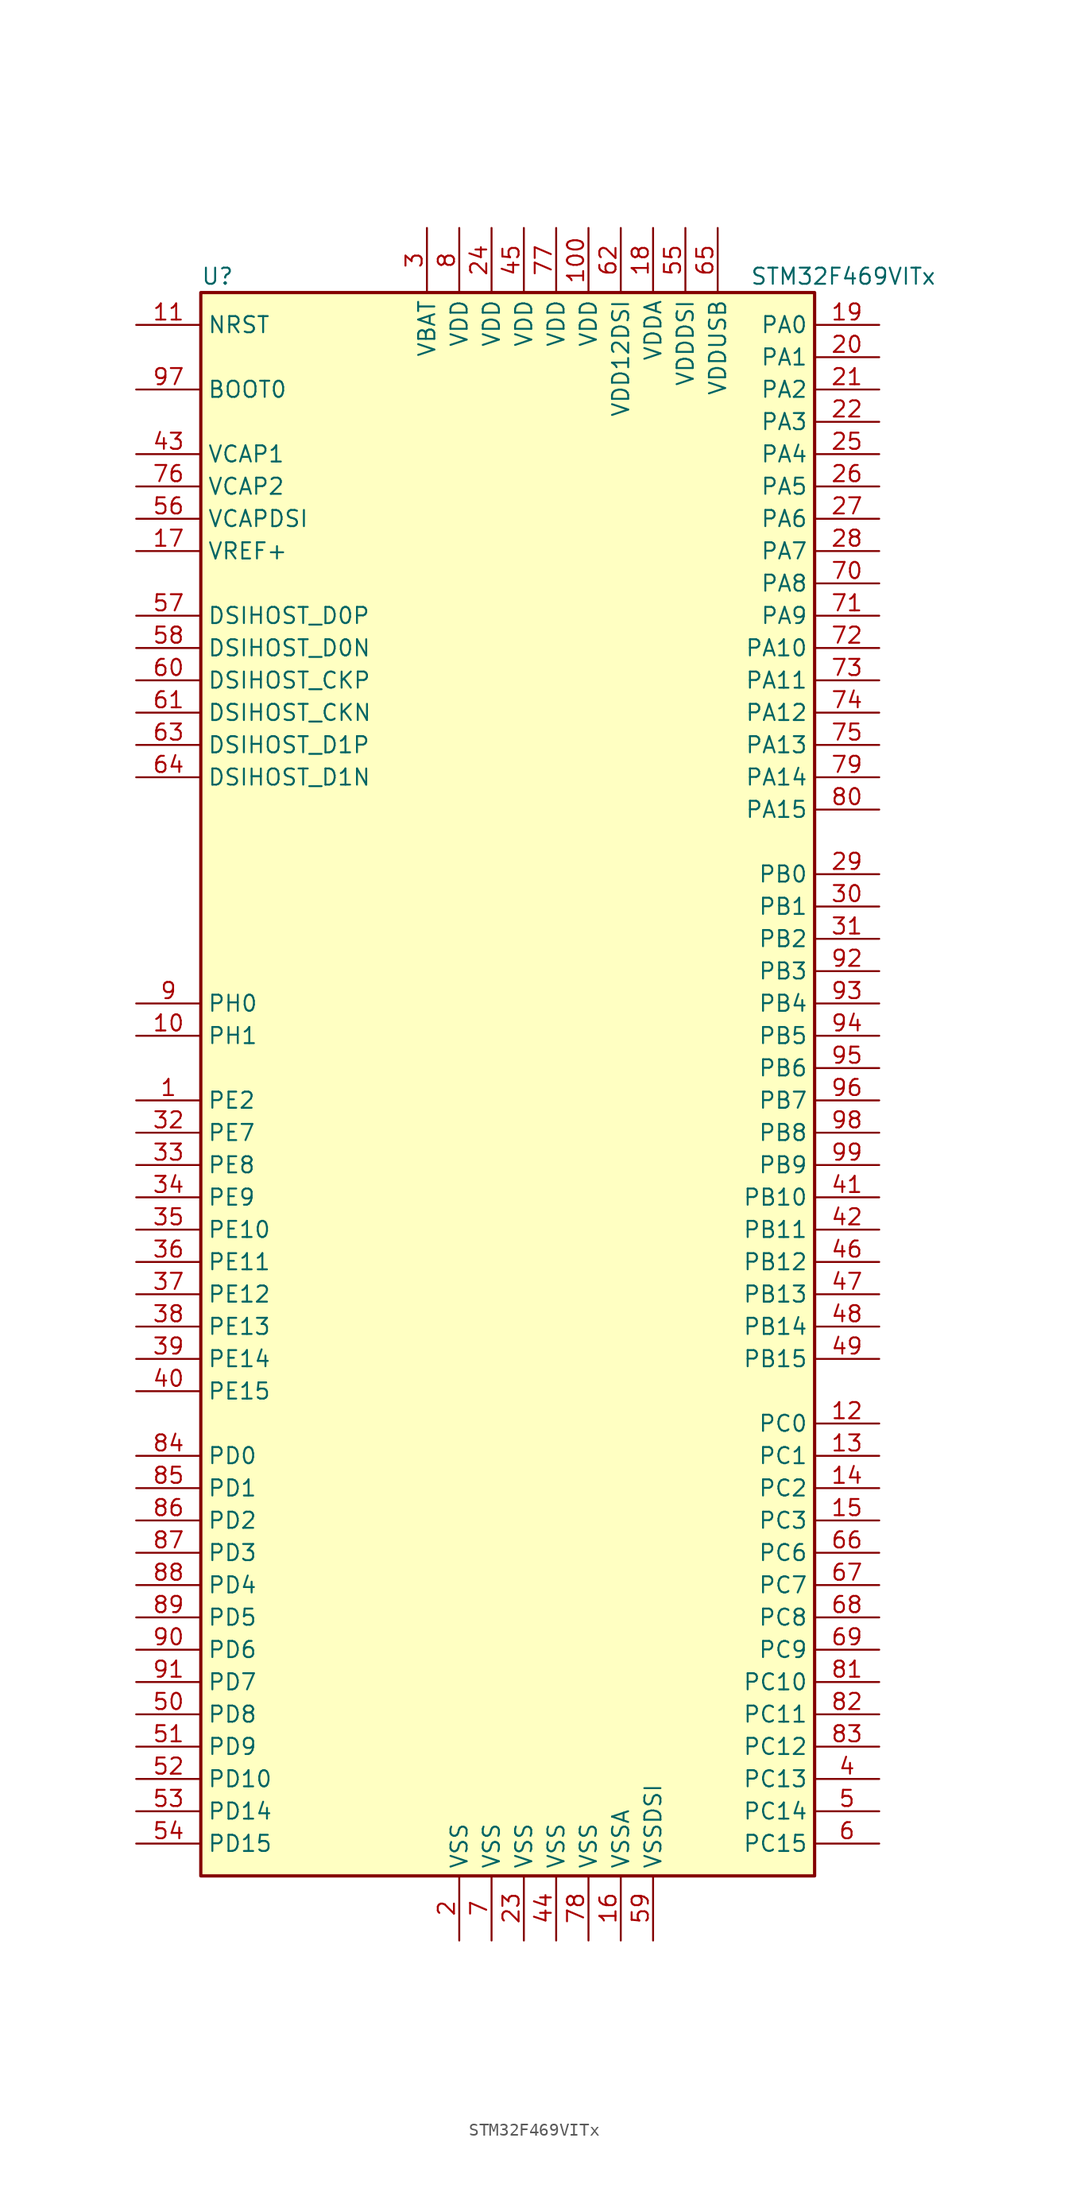
<source format=kicad_sym>
(kicad_symbol_lib
  (version 20201005)
  (generator kicad_symbol_editor)
  (symbol "STM32F469VITx"
    (property "Reference" "U"
      (at -25.4 62.23 0)
      (effects (font (size 1.27 1.27)) (justify left)))
    (property "Value" "STM32F469VITx"
      (at 17.78 62.23 0)
      (effects (font (size 1.27 1.27)) (justify left)))
    (symbol "STM32F469VITx_0_1"
      (rectangle (start -25.4 -63.5) (end 22.86 60.96) (stroke (width 0.254)) (fill (type background))))
    (symbol "STM32F469VITx_1_1"
      (pin input line (at -30.48 53.34 0) (length 5.08) (name "BOOT0" (effects (font (size 1.27 1.27)))) (number "97" (effects (font (size 1.27 1.27)))))
      (pin bidirectional line (at -30.48 27.94 0) (length 5.08) (name "DSIHOST_CKN" (effects (font (size 1.27 1.27)))) (number "61" (effects (font (size 1.27 1.27)))))
      (pin bidirectional line (at -30.48 30.48 0) (length 5.08) (name "DSIHOST_CKP" (effects (font (size 1.27 1.27)))) (number "60" (effects (font (size 1.27 1.27)))))
      (pin bidirectional line (at -30.48 33.02 0) (length 5.08) (name "DSIHOST_D0N" (effects (font (size 1.27 1.27)))) (number "58" (effects (font (size 1.27 1.27)))))
      (pin bidirectional line (at -30.48 35.56 0) (length 5.08) (name "DSIHOST_D0P" (effects (font (size 1.27 1.27)))) (number "57" (effects (font (size 1.27 1.27)))))
      (pin bidirectional line (at -30.48 22.86 0) (length 5.08) (name "DSIHOST_D1N" (effects (font (size 1.27 1.27)))) (number "64" (effects (font (size 1.27 1.27)))))
      (pin bidirectional line (at -30.48 25.4 0) (length 5.08) (name "DSIHOST_D1P" (effects (font (size 1.27 1.27)))) (number "63" (effects (font (size 1.27 1.27)))))
      (pin input line (at -30.48 58.42 0) (length 5.08) (name "NRST" (effects (font (size 1.27 1.27)))) (number "11" (effects (font (size 1.27 1.27)))))
      (pin bidirectional line (at 27.94 58.42 180) (length 5.08) (name "PA0" (effects (font (size 1.27 1.27)))) (number "19" (effects (font (size 1.27 1.27)))))
      (pin bidirectional line (at 27.94 55.88 180) (length 5.08) (name "PA1" (effects (font (size 1.27 1.27)))) (number "20" (effects (font (size 1.27 1.27)))))
      (pin bidirectional line (at 27.94 33.02 180) (length 5.08) (name "PA10" (effects (font (size 1.27 1.27)))) (number "72" (effects (font (size 1.27 1.27)))))
      (pin bidirectional line (at 27.94 30.48 180) (length 5.08) (name "PA11" (effects (font (size 1.27 1.27)))) (number "73" (effects (font (size 1.27 1.27)))))
      (pin bidirectional line (at 27.94 27.94 180) (length 5.08) (name "PA12" (effects (font (size 1.27 1.27)))) (number "74" (effects (font (size 1.27 1.27)))))
      (pin bidirectional line (at 27.94 25.4 180) (length 5.08) (name "PA13" (effects (font (size 1.27 1.27)))) (number "75" (effects (font (size 1.27 1.27)))))
      (pin bidirectional line (at 27.94 22.86 180) (length 5.08) (name "PA14" (effects (font (size 1.27 1.27)))) (number "79" (effects (font (size 1.27 1.27)))))
      (pin bidirectional line (at 27.94 20.32 180) (length 5.08) (name "PA15" (effects (font (size 1.27 1.27)))) (number "80" (effects (font (size 1.27 1.27)))))
      (pin bidirectional line (at 27.94 53.34 180) (length 5.08) (name "PA2" (effects (font (size 1.27 1.27)))) (number "21" (effects (font (size 1.27 1.27)))))
      (pin bidirectional line (at 27.94 50.8 180) (length 5.08) (name "PA3" (effects (font (size 1.27 1.27)))) (number "22" (effects (font (size 1.27 1.27)))))
      (pin bidirectional line (at 27.94 48.26 180) (length 5.08) (name "PA4" (effects (font (size 1.27 1.27)))) (number "25" (effects (font (size 1.27 1.27)))))
      (pin bidirectional line (at 27.94 45.72 180) (length 5.08) (name "PA5" (effects (font (size 1.27 1.27)))) (number "26" (effects (font (size 1.27 1.27)))))
      (pin bidirectional line (at 27.94 43.18 180) (length 5.08) (name "PA6" (effects (font (size 1.27 1.27)))) (number "27" (effects (font (size 1.27 1.27)))))
      (pin bidirectional line (at 27.94 40.64 180) (length 5.08) (name "PA7" (effects (font (size 1.27 1.27)))) (number "28" (effects (font (size 1.27 1.27)))))
      (pin bidirectional line (at 27.94 38.1 180) (length 5.08) (name "PA8" (effects (font (size 1.27 1.27)))) (number "70" (effects (font (size 1.27 1.27)))))
      (pin bidirectional line (at 27.94 35.56 180) (length 5.08) (name "PA9" (effects (font (size 1.27 1.27)))) (number "71" (effects (font (size 1.27 1.27)))))
      (pin bidirectional line (at 27.94 15.24 180) (length 5.08) (name "PB0" (effects (font (size 1.27 1.27)))) (number "29" (effects (font (size 1.27 1.27)))))
      (pin bidirectional line (at 27.94 12.7 180) (length 5.08) (name "PB1" (effects (font (size 1.27 1.27)))) (number "30" (effects (font (size 1.27 1.27)))))
      (pin bidirectional line (at 27.94 -10.16 180) (length 5.08) (name "PB10" (effects (font (size 1.27 1.27)))) (number "41" (effects (font (size 1.27 1.27)))))
      (pin bidirectional line (at 27.94 -12.7 180) (length 5.08) (name "PB11" (effects (font (size 1.27 1.27)))) (number "42" (effects (font (size 1.27 1.27)))))
      (pin bidirectional line (at 27.94 -15.24 180) (length 5.08) (name "PB12" (effects (font (size 1.27 1.27)))) (number "46" (effects (font (size 1.27 1.27)))))
      (pin bidirectional line (at 27.94 -17.78 180) (length 5.08) (name "PB13" (effects (font (size 1.27 1.27)))) (number "47" (effects (font (size 1.27 1.27)))))
      (pin bidirectional line (at 27.94 -20.32 180) (length 5.08) (name "PB14" (effects (font (size 1.27 1.27)))) (number "48" (effects (font (size 1.27 1.27)))))
      (pin bidirectional line (at 27.94 -22.86 180) (length 5.08) (name "PB15" (effects (font (size 1.27 1.27)))) (number "49" (effects (font (size 1.27 1.27)))))
      (pin bidirectional line (at 27.94 10.16 180) (length 5.08) (name "PB2" (effects (font (size 1.27 1.27)))) (number "31" (effects (font (size 1.27 1.27)))))
      (pin bidirectional line (at 27.94 7.62 180) (length 5.08) (name "PB3" (effects (font (size 1.27 1.27)))) (number "92" (effects (font (size 1.27 1.27)))))
      (pin bidirectional line (at 27.94 5.08 180) (length 5.08) (name "PB4" (effects (font (size 1.27 1.27)))) (number "93" (effects (font (size 1.27 1.27)))))
      (pin bidirectional line (at 27.94 2.54 180) (length 5.08) (name "PB5" (effects (font (size 1.27 1.27)))) (number "94" (effects (font (size 1.27 1.27)))))
      (pin bidirectional line (at 27.94 0 180) (length 5.08) (name "PB6" (effects (font (size 1.27 1.27)))) (number "95" (effects (font (size 1.27 1.27)))))
      (pin bidirectional line (at 27.94 -2.54 180) (length 5.08) (name "PB7" (effects (font (size 1.27 1.27)))) (number "96" (effects (font (size 1.27 1.27)))))
      (pin bidirectional line (at 27.94 -5.08 180) (length 5.08) (name "PB8" (effects (font (size 1.27 1.27)))) (number "98" (effects (font (size 1.27 1.27)))))
      (pin bidirectional line (at 27.94 -7.62 180) (length 5.08) (name "PB9" (effects (font (size 1.27 1.27)))) (number "99" (effects (font (size 1.27 1.27)))))
      (pin bidirectional line (at 27.94 -27.94 180) (length 5.08) (name "PC0" (effects (font (size 1.27 1.27)))) (number "12" (effects (font (size 1.27 1.27)))))
      (pin bidirectional line (at 27.94 -30.48 180) (length 5.08) (name "PC1" (effects (font (size 1.27 1.27)))) (number "13" (effects (font (size 1.27 1.27)))))
      (pin bidirectional line (at 27.94 -48.26 180) (length 5.08) (name "PC10" (effects (font (size 1.27 1.27)))) (number "81" (effects (font (size 1.27 1.27)))))
      (pin bidirectional line (at 27.94 -50.8 180) (length 5.08) (name "PC11" (effects (font (size 1.27 1.27)))) (number "82" (effects (font (size 1.27 1.27)))))
      (pin bidirectional line (at 27.94 -53.34 180) (length 5.08) (name "PC12" (effects (font (size 1.27 1.27)))) (number "83" (effects (font (size 1.27 1.27)))))
      (pin bidirectional line (at 27.94 -55.88 180) (length 5.08) (name "PC13" (effects (font (size 1.27 1.27)))) (number "4" (effects (font (size 1.27 1.27)))))
      (pin bidirectional line (at 27.94 -58.42 180) (length 5.08) (name "PC14" (effects (font (size 1.27 1.27)))) (number "5" (effects (font (size 1.27 1.27)))))
      (pin bidirectional line (at 27.94 -60.96 180) (length 5.08) (name "PC15" (effects (font (size 1.27 1.27)))) (number "6" (effects (font (size 1.27 1.27)))))
      (pin bidirectional line (at 27.94 -33.02 180) (length 5.08) (name "PC2" (effects (font (size 1.27 1.27)))) (number "14" (effects (font (size 1.27 1.27)))))
      (pin bidirectional line (at 27.94 -35.56 180) (length 5.08) (name "PC3" (effects (font (size 1.27 1.27)))) (number "15" (effects (font (size 1.27 1.27)))))
      (pin bidirectional line (at 27.94 -38.1 180) (length 5.08) (name "PC6" (effects (font (size 1.27 1.27)))) (number "66" (effects (font (size 1.27 1.27)))))
      (pin bidirectional line (at 27.94 -40.64 180) (length 5.08) (name "PC7" (effects (font (size 1.27 1.27)))) (number "67" (effects (font (size 1.27 1.27)))))
      (pin bidirectional line (at 27.94 -43.18 180) (length 5.08) (name "PC8" (effects (font (size 1.27 1.27)))) (number "68" (effects (font (size 1.27 1.27)))))
      (pin bidirectional line (at 27.94 -45.72 180) (length 5.08) (name "PC9" (effects (font (size 1.27 1.27)))) (number "69" (effects (font (size 1.27 1.27)))))
      (pin bidirectional line (at -30.48 -30.48 0) (length 5.08) (name "PD0" (effects (font (size 1.27 1.27)))) (number "84" (effects (font (size 1.27 1.27)))))
      (pin bidirectional line (at -30.48 -33.02 0) (length 5.08) (name "PD1" (effects (font (size 1.27 1.27)))) (number "85" (effects (font (size 1.27 1.27)))))
      (pin bidirectional line (at -30.48 -55.88 0) (length 5.08) (name "PD10" (effects (font (size 1.27 1.27)))) (number "52" (effects (font (size 1.27 1.27)))))
      (pin bidirectional line (at -30.48 -58.42 0) (length 5.08) (name "PD14" (effects (font (size 1.27 1.27)))) (number "53" (effects (font (size 1.27 1.27)))))
      (pin bidirectional line (at -30.48 -60.96 0) (length 5.08) (name "PD15" (effects (font (size 1.27 1.27)))) (number "54" (effects (font (size 1.27 1.27)))))
      (pin bidirectional line (at -30.48 -35.56 0) (length 5.08) (name "PD2" (effects (font (size 1.27 1.27)))) (number "86" (effects (font (size 1.27 1.27)))))
      (pin bidirectional line (at -30.48 -38.1 0) (length 5.08) (name "PD3" (effects (font (size 1.27 1.27)))) (number "87" (effects (font (size 1.27 1.27)))))
      (pin bidirectional line (at -30.48 -40.64 0) (length 5.08) (name "PD4" (effects (font (size 1.27 1.27)))) (number "88" (effects (font (size 1.27 1.27)))))
      (pin bidirectional line (at -30.48 -43.18 0) (length 5.08) (name "PD5" (effects (font (size 1.27 1.27)))) (number "89" (effects (font (size 1.27 1.27)))))
      (pin bidirectional line (at -30.48 -45.72 0) (length 5.08) (name "PD6" (effects (font (size 1.27 1.27)))) (number "90" (effects (font (size 1.27 1.27)))))
      (pin bidirectional line (at -30.48 -48.26 0) (length 5.08) (name "PD7" (effects (font (size 1.27 1.27)))) (number "91" (effects (font (size 1.27 1.27)))))
      (pin bidirectional line (at -30.48 -50.8 0) (length 5.08) (name "PD8" (effects (font (size 1.27 1.27)))) (number "50" (effects (font (size 1.27 1.27)))))
      (pin bidirectional line (at -30.48 -53.34 0) (length 5.08) (name "PD9" (effects (font (size 1.27 1.27)))) (number "51" (effects (font (size 1.27 1.27)))))
      (pin bidirectional line (at -30.48 -12.7 0) (length 5.08) (name "PE10" (effects (font (size 1.27 1.27)))) (number "35" (effects (font (size 1.27 1.27)))))
      (pin bidirectional line (at -30.48 -15.24 0) (length 5.08) (name "PE11" (effects (font (size 1.27 1.27)))) (number "36" (effects (font (size 1.27 1.27)))))
      (pin bidirectional line (at -30.48 -17.78 0) (length 5.08) (name "PE12" (effects (font (size 1.27 1.27)))) (number "37" (effects (font (size 1.27 1.27)))))
      (pin bidirectional line (at -30.48 -20.32 0) (length 5.08) (name "PE13" (effects (font (size 1.27 1.27)))) (number "38" (effects (font (size 1.27 1.27)))))
      (pin bidirectional line (at -30.48 -22.86 0) (length 5.08) (name "PE14" (effects (font (size 1.27 1.27)))) (number "39" (effects (font (size 1.27 1.27)))))
      (pin bidirectional line (at -30.48 -25.4 0) (length 5.08) (name "PE15" (effects (font (size 1.27 1.27)))) (number "40" (effects (font (size 1.27 1.27)))))
      (pin bidirectional line (at -30.48 -2.54 0) (length 5.08) (name "PE2" (effects (font (size 1.27 1.27)))) (number "1" (effects (font (size 1.27 1.27)))))
      (pin bidirectional line (at -30.48 -5.08 0) (length 5.08) (name "PE7" (effects (font (size 1.27 1.27)))) (number "32" (effects (font (size 1.27 1.27)))))
      (pin bidirectional line (at -30.48 -7.62 0) (length 5.08) (name "PE8" (effects (font (size 1.27 1.27)))) (number "33" (effects (font (size 1.27 1.27)))))
      (pin bidirectional line (at -30.48 -10.16 0) (length 5.08) (name "PE9" (effects (font (size 1.27 1.27)))) (number "34" (effects (font (size 1.27 1.27)))))
      (pin input line (at -30.48 5.08 0) (length 5.08) (name "PH0" (effects (font (size 1.27 1.27)))) (number "9" (effects (font (size 1.27 1.27)))))
      (pin input line (at -30.48 2.54 0) (length 5.08) (name "PH1" (effects (font (size 1.27 1.27)))) (number "10" (effects (font (size 1.27 1.27)))))
      (pin power_in line (at -7.62 66.04 270) (length 5.08) (name "VBAT" (effects (font (size 1.27 1.27)))) (number "3" (effects (font (size 1.27 1.27)))))
      (pin power_in line (at -30.48 48.26 0) (length 5.08) (name "VCAP1" (effects (font (size 1.27 1.27)))) (number "43" (effects (font (size 1.27 1.27)))))
      (pin power_in line (at -30.48 45.72 0) (length 5.08) (name "VCAP2" (effects (font (size 1.27 1.27)))) (number "76" (effects (font (size 1.27 1.27)))))
      (pin power_in line (at -30.48 43.18 0) (length 5.08) (name "VCAPDSI" (effects (font (size 1.27 1.27)))) (number "56" (effects (font (size 1.27 1.27)))))
      (pin power_in line (at 5.08 66.04 270) (length 5.08) (name "VDD" (effects (font (size 1.27 1.27)))) (number "100" (effects (font (size 1.27 1.27)))))
      (pin power_in line (at -2.54 66.04 270) (length 5.08) (name "VDD" (effects (font (size 1.27 1.27)))) (number "24" (effects (font (size 1.27 1.27)))))
      (pin power_in line (at 0 66.04 270) (length 5.08) (name "VDD" (effects (font (size 1.27 1.27)))) (number "45" (effects (font (size 1.27 1.27)))))
      (pin power_in line (at 2.54 66.04 270) (length 5.08) (name "VDD" (effects (font (size 1.27 1.27)))) (number "77" (effects (font (size 1.27 1.27)))))
      (pin power_in line (at -5.08 66.04 270) (length 5.08) (name "VDD" (effects (font (size 1.27 1.27)))) (number "8" (effects (font (size 1.27 1.27)))))
      (pin power_in line (at 7.62 66.04 270) (length 5.08) (name "VDD12DSI" (effects (font (size 1.27 1.27)))) (number "62" (effects (font (size 1.27 1.27)))))
      (pin power_in line (at 10.16 66.04 270) (length 5.08) (name "VDDA" (effects (font (size 1.27 1.27)))) (number "18" (effects (font (size 1.27 1.27)))))
      (pin power_in line (at 12.7 66.04 270) (length 5.08) (name "VDDDSI" (effects (font (size 1.27 1.27)))) (number "55" (effects (font (size 1.27 1.27)))))
      (pin power_in line (at 15.24 66.04 270) (length 5.08) (name "VDDUSB" (effects (font (size 1.27 1.27)))) (number "65" (effects (font (size 1.27 1.27)))))
      (pin power_in line (at -30.48 40.64 0) (length 5.08) (name "VREF+" (effects (font (size 1.27 1.27)))) (number "17" (effects (font (size 1.27 1.27)))))
      (pin power_in line (at -5.08 -68.58 90) (length 5.08) (name "VSS" (effects (font (size 1.27 1.27)))) (number "2" (effects (font (size 1.27 1.27)))))
      (pin power_in line (at 0 -68.58 90) (length 5.08) (name "VSS" (effects (font (size 1.27 1.27)))) (number "23" (effects (font (size 1.27 1.27)))))
      (pin power_in line (at 2.54 -68.58 90) (length 5.08) (name "VSS" (effects (font (size 1.27 1.27)))) (number "44" (effects (font (size 1.27 1.27)))))
      (pin power_in line (at -2.54 -68.58 90) (length 5.08) (name "VSS" (effects (font (size 1.27 1.27)))) (number "7" (effects (font (size 1.27 1.27)))))
      (pin power_in line (at 5.08 -68.58 90) (length 5.08) (name "VSS" (effects (font (size 1.27 1.27)))) (number "78" (effects (font (size 1.27 1.27)))))
      (pin power_in line (at 7.62 -68.58 90) (length 5.08) (name "VSSA" (effects (font (size 1.27 1.27)))) (number "16" (effects (font (size 1.27 1.27)))))
      (pin power_in line (at 10.16 -68.58 90) (length 5.08) (name "VSSDSI" (effects (font (size 1.27 1.27)))) (number "59" (effects (font (size 1.27 1.27))))))))
</source>
